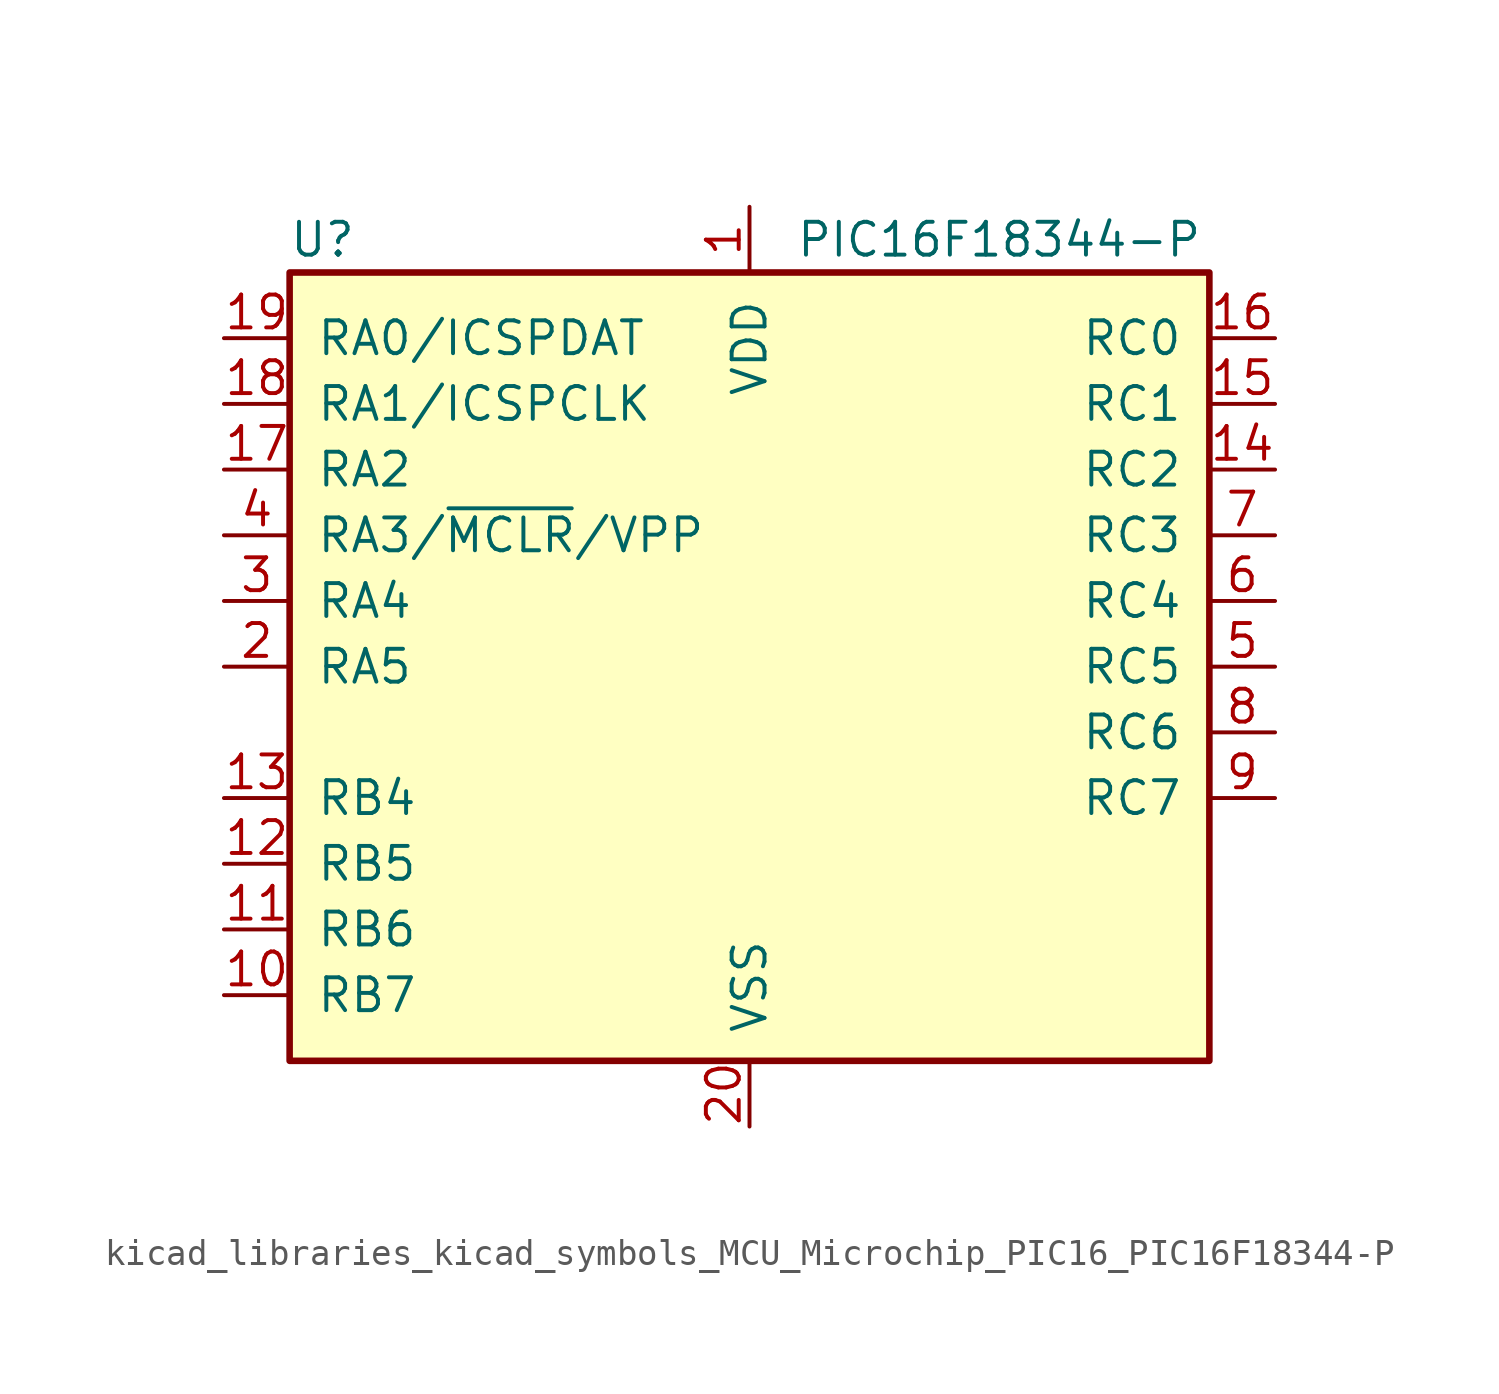
<source format=kicad_sym>
(kicad_symbol_lib
  (version 20220914)
  (generator kicad_symbol_editor)
  (symbol "kicad_libraries_kicad_symbols_MCU_Microchip_PIC16_PIC16F18344-P"
    (pin_names
      (offset 1.016))
    (property "Reference" "U"
      (at -16.51 16.51 0)
      (effects (font (size 1.27 1.27))))
    (property "Value" "PIC16F18344-P"
      (at 9.652 16.51 0)
      (effects (font (size 1.27 1.27))))
    (symbol "kicad_libraries_kicad_symbols_MCU_Microchip_PIC16_PIC16F18344-P_0_1"
      (rectangle (start -17.78 15.24) (end 17.78 -15.24) (stroke (width 0.254) (type default)) (fill (type background))))
    (symbol "kicad_libraries_kicad_symbols_MCU_Microchip_PIC16_PIC16F18344-P_1_1"
      (pin power_in line (at 0 17.78 270) (length 2.54) (name "VDD" (effects (font (size 1.27 1.27)))) (number "1" (effects (font (size 1.27 1.27)))))
      (pin bidirectional line (at -20.32 -12.7 0) (length 2.54) (name "RB7" (effects (font (size 1.27 1.27)))) (number "10" (effects (font (size 1.27 1.27)))))
      (pin bidirectional line (at -20.32 -10.16 0) (length 2.54) (name "RB6" (effects (font (size 1.27 1.27)))) (number "11" (effects (font (size 1.27 1.27)))))
      (pin bidirectional line (at -20.32 -7.62 0) (length 2.54) (name "RB5" (effects (font (size 1.27 1.27)))) (number "12" (effects (font (size 1.27 1.27)))))
      (pin bidirectional line (at -20.32 -5.08 0) (length 2.54) (name "RB4" (effects (font (size 1.27 1.27)))) (number "13" (effects (font (size 1.27 1.27)))))
      (pin bidirectional line (at 20.32 7.62 180) (length 2.54) (name "RC2" (effects (font (size 1.27 1.27)))) (number "14" (effects (font (size 1.27 1.27)))))
      (pin bidirectional line (at 20.32 10.16 180) (length 2.54) (name "RC1" (effects (font (size 1.27 1.27)))) (number "15" (effects (font (size 1.27 1.27)))))
      (pin bidirectional line (at 20.32 12.7 180) (length 2.54) (name "RC0" (effects (font (size 1.27 1.27)))) (number "16" (effects (font (size 1.27 1.27)))))
      (pin bidirectional line (at -20.32 7.62 0) (length 2.54) (name "RA2" (effects (font (size 1.27 1.27)))) (number "17" (effects (font (size 1.27 1.27)))))
      (pin bidirectional line (at -20.32 10.16 0) (length 2.54) (name "RA1/ICSPCLK" (effects (font (size 1.27 1.27)))) (number "18" (effects (font (size 1.27 1.27)))))
      (pin bidirectional line (at -20.32 12.7 0) (length 2.54) (name "RA0/ICSPDAT" (effects (font (size 1.27 1.27)))) (number "19" (effects (font (size 1.27 1.27)))))
      (pin bidirectional line (at -20.32 0 0) (length 2.54) (name "RA5" (effects (font (size 1.27 1.27)))) (number "2" (effects (font (size 1.27 1.27)))))
      (pin power_in line (at 0 -17.78 90) (length 2.54) (name "VSS" (effects (font (size 1.27 1.27)))) (number "20" (effects (font (size 1.27 1.27)))))
      (pin bidirectional line (at -20.32 2.54 0) (length 2.54) (name "RA4" (effects (font (size 1.27 1.27)))) (number "3" (effects (font (size 1.27 1.27)))))
      (pin bidirectional line (at -20.32 5.08 0) (length 2.54) (name "RA3/~{MCLR}/VPP" (effects (font (size 1.27 1.27)))) (number "4" (effects (font (size 1.27 1.27)))))
      (pin bidirectional line (at 20.32 0 180) (length 2.54) (name "RC5" (effects (font (size 1.27 1.27)))) (number "5" (effects (font (size 1.27 1.27)))))
      (pin bidirectional line (at 20.32 2.54 180) (length 2.54) (name "RC4" (effects (font (size 1.27 1.27)))) (number "6" (effects (font (size 1.27 1.27)))))
      (pin bidirectional line (at 20.32 5.08 180) (length 2.54) (name "RC3" (effects (font (size 1.27 1.27)))) (number "7" (effects (font (size 1.27 1.27)))))
      (pin bidirectional line (at 20.32 -2.54 180) (length 2.54) (name "RC6" (effects (font (size 1.27 1.27)))) (number "8" (effects (font (size 1.27 1.27)))))
      (pin bidirectional line (at 20.32 -5.08 180) (length 2.54) (name "RC7" (effects (font (size 1.27 1.27)))) (number "9" (effects (font (size 1.27 1.27))))))))
</source>
